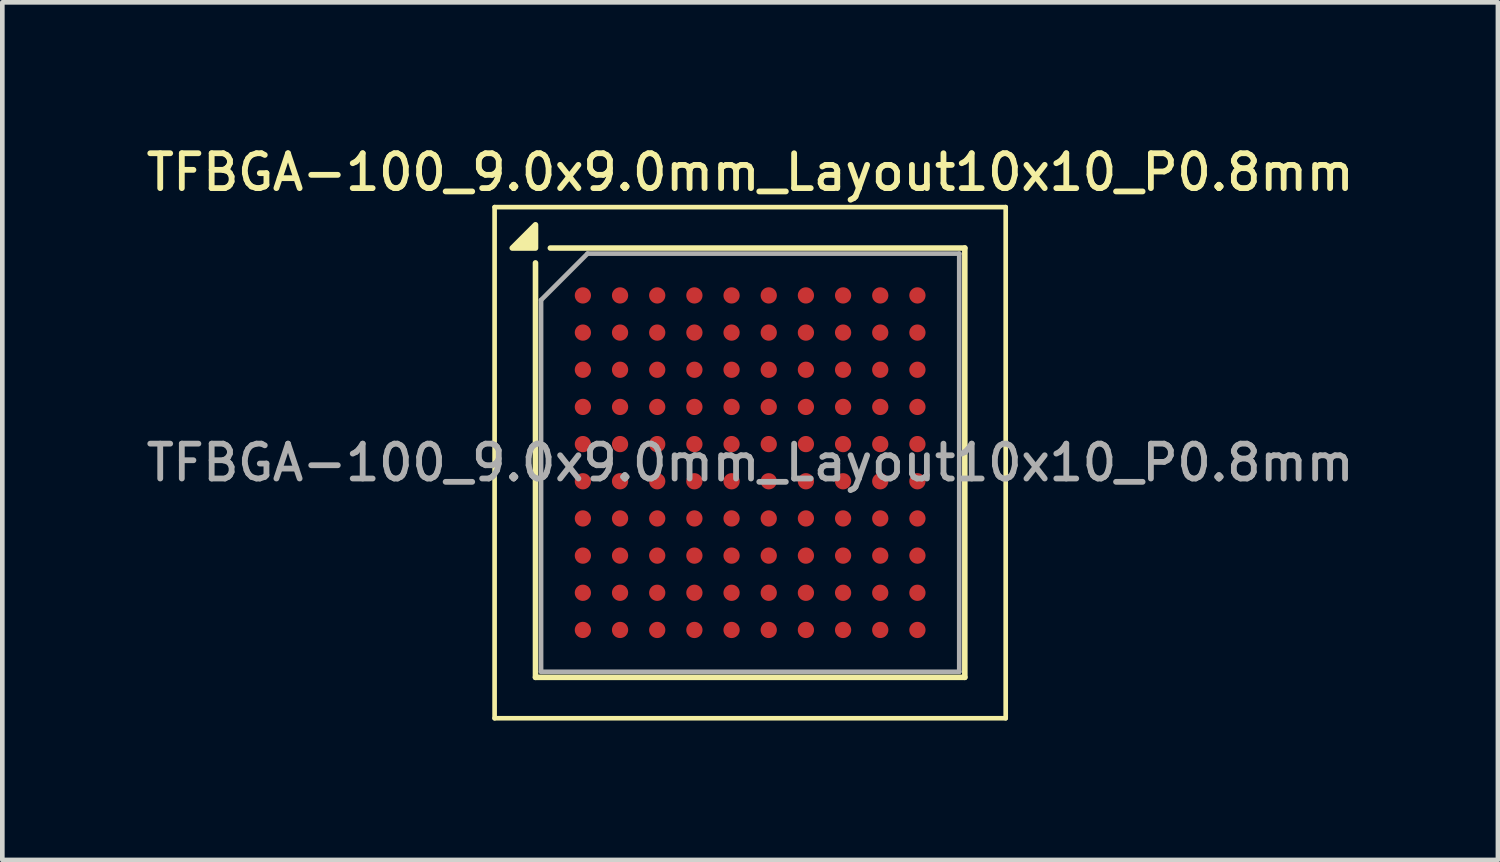
<source format=kicad_pcb>
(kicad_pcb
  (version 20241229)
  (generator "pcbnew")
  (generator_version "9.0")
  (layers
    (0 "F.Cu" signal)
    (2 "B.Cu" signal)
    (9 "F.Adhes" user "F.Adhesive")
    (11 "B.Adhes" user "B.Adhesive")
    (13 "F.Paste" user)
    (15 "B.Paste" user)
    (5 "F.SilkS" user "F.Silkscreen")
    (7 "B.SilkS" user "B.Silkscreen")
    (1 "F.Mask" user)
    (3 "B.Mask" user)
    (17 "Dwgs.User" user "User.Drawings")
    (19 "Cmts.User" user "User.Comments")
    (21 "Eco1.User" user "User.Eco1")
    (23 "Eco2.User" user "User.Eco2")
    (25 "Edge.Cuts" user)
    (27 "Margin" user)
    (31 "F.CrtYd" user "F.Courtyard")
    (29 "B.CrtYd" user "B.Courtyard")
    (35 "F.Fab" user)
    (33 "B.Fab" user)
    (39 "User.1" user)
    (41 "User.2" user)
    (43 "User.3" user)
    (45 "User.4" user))
  (footprint "TFBGA-100_9.0x9.0mm_Layout10x10_P0.8mm"
    (layer "F.Cu")
    (at 13.095 6.908)
    (property "Reference" "TFBGA-100_9.0x9.0mm_Layout10x10_P0.8mm" (at 0 -6.25 0) (layer "F.SilkS") (effects (font (size 0.75 0.75) (thickness 0.125))))
    (attr smd)
    (fp_line (start -5.5 -5.5) (end -5.5 5.5) (stroke (width 0.1) (type solid)) (layer "F.SilkS"))
    (fp_line (start -5.5 -5.5) (end 5.5 -5.5) (stroke (width 0.1) (type solid)) (layer "F.SilkS"))
    (fp_line (start -4.62 -4.3) (end -4.62 4.62) (stroke (width 0.12) (type solid)) (layer "F.SilkS"))
    (fp_line (start -4.62 4.62) (end 4.62 4.62) (stroke (width 0.12) (type solid)) (layer "F.SilkS"))
    (fp_line (start 4.62 -4.62) (end -4.3 -4.62) (stroke (width 0.12) (type solid)) (layer "F.SilkS"))
    (fp_line (start 4.62 4.62) (end 4.62 -4.62) (stroke (width 0.12) (type solid)) (layer "F.SilkS"))
    (fp_line (start 5.5 5.5) (end -5.5 5.5) (stroke (width 0.1) (type solid)) (layer "F.SilkS"))
    (fp_line (start 5.5 5.5) (end 5.5 -5.5) (stroke (width 0.1) (type solid)) (layer "F.SilkS"))
    (fp_poly (pts (xy -4.62 -4.62) (xy -5.12 -4.62) (xy -4.62 -5.12) (xy -4.62 -4.62)) (stroke (width 0.12) (type solid)) (fill yes) (layer "F.SilkS"))
    (fp_line (start -4.5 -3.5) (end -4.5 4.5) (stroke (width 0.1) (type solid)) (layer "F.Fab"))
    (fp_line (start -4.5 4.5) (end 4.5 4.5) (stroke (width 0.1) (type solid)) (layer "F.Fab"))
    (fp_line (start -3.5 -4.5) (end -4.5 -3.5) (stroke (width 0.1) (type solid)) (layer "F.Fab"))
    (fp_line (start 4.5 -4.5) (end -3.5 -4.5) (stroke (width 0.1) (type solid)) (layer "F.Fab"))
    (fp_line (start 4.5 4.5) (end 4.5 -4.5) (stroke (width 0.1) (type solid)) (layer "F.Fab"))
    (fp_text user "${REFERENCE}" (at 0 0 0) (layer "F.Fab") (effects (font (size 0.75 0.75) (thickness 0.125))))
    (pad "A1" smd circle (at -3.6 -3.6) (size 0.35 0.35) (property pad_prop_bga) (layers "F.Cu" "F.Mask" "F.Paste"))
    (pad "A2" smd circle (at -2.8 -3.6) (size 0.35 0.35) (property pad_prop_bga) (layers "F.Cu" "F.Mask" "F.Paste"))
    (pad "A3" smd circle (at -2 -3.6) (size 0.35 0.35) (property pad_prop_bga) (layers "F.Cu" "F.Mask" "F.Paste"))
    (pad "A4" smd circle (at -1.2 -3.6) (size 0.35 0.35) (property pad_prop_bga) (layers "F.Cu" "F.Mask" "F.Paste"))
    (pad "A5" smd circle (at -0.4 -3.6) (size 0.35 0.35) (property pad_prop_bga) (layers "F.Cu" "F.Mask" "F.Paste"))
    (pad "A6" smd circle (at 0.4 -3.6) (size 0.35 0.35) (property pad_prop_bga) (layers "F.Cu" "F.Mask" "F.Paste"))
    (pad "A7" smd circle (at 1.2 -3.6) (size 0.35 0.35) (property pad_prop_bga) (layers "F.Cu" "F.Mask" "F.Paste"))
    (pad "A8" smd circle (at 2 -3.6) (size 0.35 0.35) (property pad_prop_bga) (layers "F.Cu" "F.Mask" "F.Paste"))
    (pad "A9" smd circle (at 2.8 -3.6) (size 0.35 0.35) (property pad_prop_bga) (layers "F.Cu" "F.Mask" "F.Paste"))
    (pad "A10" smd circle (at 3.6 -3.6) (size 0.35 0.35) (property pad_prop_bga) (layers "F.Cu" "F.Mask" "F.Paste"))
    (pad "B1" smd circle (at -3.6 -2.8) (size 0.35 0.35) (property pad_prop_bga) (layers "F.Cu" "F.Mask" "F.Paste"))
    (pad "B2" smd circle (at -2.8 -2.8) (size 0.35 0.35) (property pad_prop_bga) (layers "F.Cu" "F.Mask" "F.Paste"))
    (pad "B3" smd circle (at -2 -2.8) (size 0.35 0.35) (property pad_prop_bga) (layers "F.Cu" "F.Mask" "F.Paste"))
    (pad "B4" smd circle (at -1.2 -2.8) (size 0.35 0.35) (property pad_prop_bga) (layers "F.Cu" "F.Mask" "F.Paste"))
    (pad "B5" smd circle (at -0.4 -2.8) (size 0.35 0.35) (property pad_prop_bga) (layers "F.Cu" "F.Mask" "F.Paste"))
    (pad "B6" smd circle (at 0.4 -2.8) (size 0.35 0.35) (property pad_prop_bga) (layers "F.Cu" "F.Mask" "F.Paste"))
    (pad "B7" smd circle (at 1.2 -2.8) (size 0.35 0.35) (property pad_prop_bga) (layers "F.Cu" "F.Mask" "F.Paste"))
    (pad "B8" smd circle (at 2 -2.8) (size 0.35 0.35) (property pad_prop_bga) (layers "F.Cu" "F.Mask" "F.Paste"))
    (pad "B9" smd circle (at 2.8 -2.8) (size 0.35 0.35) (property pad_prop_bga) (layers "F.Cu" "F.Mask" "F.Paste"))
    (pad "B10" smd circle (at 3.6 -2.8) (size 0.35 0.35) (property pad_prop_bga) (layers "F.Cu" "F.Mask" "F.Paste"))
    (pad "C1" smd circle (at -3.6 -2) (size 0.35 0.35) (property pad_prop_bga) (layers "F.Cu" "F.Mask" "F.Paste"))
    (pad "C2" smd circle (at -2.8 -2) (size 0.35 0.35) (property pad_prop_bga) (layers "F.Cu" "F.Mask" "F.Paste"))
    (pad "C3" smd circle (at -2 -2) (size 0.35 0.35) (property pad_prop_bga) (layers "F.Cu" "F.Mask" "F.Paste"))
    (pad "C4" smd circle (at -1.2 -2) (size 0.35 0.35) (property pad_prop_bga) (layers "F.Cu" "F.Mask" "F.Paste"))
    (pad "C5" smd circle (at -0.4 -2) (size 0.35 0.35) (property pad_prop_bga) (layers "F.Cu" "F.Mask" "F.Paste"))
    (pad "C6" smd circle (at 0.4 -2) (size 0.35 0.35) (property pad_prop_bga) (layers "F.Cu" "F.Mask" "F.Paste"))
    (pad "C7" smd circle (at 1.2 -2) (size 0.35 0.35) (property pad_prop_bga) (layers "F.Cu" "F.Mask" "F.Paste"))
    (pad "C8" smd circle (at 2 -2) (size 0.35 0.35) (property pad_prop_bga) (layers "F.Cu" "F.Mask" "F.Paste"))
    (pad "C9" smd circle (at 2.8 -2) (size 0.35 0.35) (property pad_prop_bga) (layers "F.Cu" "F.Mask" "F.Paste"))
    (pad "C10" smd circle (at 3.6 -2) (size 0.35 0.35) (property pad_prop_bga) (layers "F.Cu" "F.Mask" "F.Paste"))
    (pad "D1" smd circle (at -3.6 -1.2) (size 0.35 0.35) (property pad_prop_bga) (layers "F.Cu" "F.Mask" "F.Paste"))
    (pad "D2" smd circle (at -2.8 -1.2) (size 0.35 0.35) (property pad_prop_bga) (layers "F.Cu" "F.Mask" "F.Paste"))
    (pad "D3" smd circle (at -2 -1.2) (size 0.35 0.35) (property pad_prop_bga) (layers "F.Cu" "F.Mask" "F.Paste"))
    (pad "D4" smd circle (at -1.2 -1.2) (size 0.35 0.35) (property pad_prop_bga) (layers "F.Cu" "F.Mask" "F.Paste"))
    (pad "D5" smd circle (at -0.4 -1.2) (size 0.35 0.35) (property pad_prop_bga) (layers "F.Cu" "F.Mask" "F.Paste"))
    (pad "D6" smd circle (at 0.4 -1.2) (size 0.35 0.35) (property pad_prop_bga) (layers "F.Cu" "F.Mask" "F.Paste"))
    (pad "D7" smd circle (at 1.2 -1.2) (size 0.35 0.35) (property pad_prop_bga) (layers "F.Cu" "F.Mask" "F.Paste"))
    (pad "D8" smd circle (at 2 -1.2) (size 0.35 0.35) (property pad_prop_bga) (layers "F.Cu" "F.Mask" "F.Paste"))
    (pad "D9" smd circle (at 2.8 -1.2) (size 0.35 0.35) (property pad_prop_bga) (layers "F.Cu" "F.Mask" "F.Paste"))
    (pad "D10" smd circle (at 3.6 -1.2) (size 0.35 0.35) (property pad_prop_bga) (layers "F.Cu" "F.Mask" "F.Paste"))
    (pad "E1" smd circle (at -3.6 -0.4) (size 0.35 0.35) (property pad_prop_bga) (layers "F.Cu" "F.Mask" "F.Paste"))
    (pad "E2" smd circle (at -2.8 -0.4) (size 0.35 0.35) (property pad_prop_bga) (layers "F.Cu" "F.Mask" "F.Paste"))
    (pad "E3" smd circle (at -2 -0.4) (size 0.35 0.35) (property pad_prop_bga) (layers "F.Cu" "F.Mask" "F.Paste"))
    (pad "E4" smd circle (at -1.2 -0.4) (size 0.35 0.35) (property pad_prop_bga) (layers "F.Cu" "F.Mask" "F.Paste"))
    (pad "E5" smd circle (at -0.4 -0.4) (size 0.35 0.35) (property pad_prop_bga) (layers "F.Cu" "F.Mask" "F.Paste"))
    (pad "E6" smd circle (at 0.4 -0.4) (size 0.35 0.35) (property pad_prop_bga) (layers "F.Cu" "F.Mask" "F.Paste"))
    (pad "E7" smd circle (at 1.2 -0.4) (size 0.35 0.35) (property pad_prop_bga) (layers "F.Cu" "F.Mask" "F.Paste"))
    (pad "E8" smd circle (at 2 -0.4) (size 0.35 0.35) (property pad_prop_bga) (layers "F.Cu" "F.Mask" "F.Paste"))
    (pad "E9" smd circle (at 2.8 -0.4) (size 0.35 0.35) (property pad_prop_bga) (layers "F.Cu" "F.Mask" "F.Paste"))
    (pad "E10" smd circle (at 3.6 -0.4) (size 0.35 0.35) (property pad_prop_bga) (layers "F.Cu" "F.Mask" "F.Paste"))
    (pad "F1" smd circle (at -3.6 0.4) (size 0.35 0.35) (property pad_prop_bga) (layers "F.Cu" "F.Mask" "F.Paste"))
    (pad "F2" smd circle (at -2.8 0.4) (size 0.35 0.35) (property pad_prop_bga) (layers "F.Cu" "F.Mask" "F.Paste"))
    (pad "F3" smd circle (at -2 0.4) (size 0.35 0.35) (property pad_prop_bga) (layers "F.Cu" "F.Mask" "F.Paste"))
    (pad "F4" smd circle (at -1.2 0.4) (size 0.35 0.35) (property pad_prop_bga) (layers "F.Cu" "F.Mask" "F.Paste"))
    (pad "F5" smd circle (at -0.4 0.4) (size 0.35 0.35) (property pad_prop_bga) (layers "F.Cu" "F.Mask" "F.Paste"))
    (pad "F6" smd circle (at 0.4 0.4) (size 0.35 0.35) (property pad_prop_bga) (layers "F.Cu" "F.Mask" "F.Paste"))
    (pad "F7" smd circle (at 1.2 0.4) (size 0.35 0.35) (property pad_prop_bga) (layers "F.Cu" "F.Mask" "F.Paste"))
    (pad "F8" smd circle (at 2 0.4) (size 0.35 0.35) (property pad_prop_bga) (layers "F.Cu" "F.Mask" "F.Paste"))
    (pad "F9" smd circle (at 2.8 0.4) (size 0.35 0.35) (property pad_prop_bga) (layers "F.Cu" "F.Mask" "F.Paste"))
    (pad "F10" smd circle (at 3.6 0.4) (size 0.35 0.35) (property pad_prop_bga) (layers "F.Cu" "F.Mask" "F.Paste"))
    (pad "G1" smd circle (at -3.6 1.2) (size 0.35 0.35) (property pad_prop_bga) (layers "F.Cu" "F.Mask" "F.Paste"))
    (pad "G2" smd circle (at -2.8 1.2) (size 0.35 0.35) (property pad_prop_bga) (layers "F.Cu" "F.Mask" "F.Paste"))
    (pad "G3" smd circle (at -2 1.2) (size 0.35 0.35) (property pad_prop_bga) (layers "F.Cu" "F.Mask" "F.Paste"))
    (pad "G4" smd circle (at -1.2 1.2) (size 0.35 0.35) (property pad_prop_bga) (layers "F.Cu" "F.Mask" "F.Paste"))
    (pad "G5" smd circle (at -0.4 1.2) (size 0.35 0.35) (property pad_prop_bga) (layers "F.Cu" "F.Mask" "F.Paste"))
    (pad "G6" smd circle (at 0.4 1.2) (size 0.35 0.35) (property pad_prop_bga) (layers "F.Cu" "F.Mask" "F.Paste"))
    (pad "G7" smd circle (at 1.2 1.2) (size 0.35 0.35) (property pad_prop_bga) (layers "F.Cu" "F.Mask" "F.Paste"))
    (pad "G8" smd circle (at 2 1.2) (size 0.35 0.35) (property pad_prop_bga) (layers "F.Cu" "F.Mask" "F.Paste"))
    (pad "G9" smd circle (at 2.8 1.2) (size 0.35 0.35) (property pad_prop_bga) (layers "F.Cu" "F.Mask" "F.Paste"))
    (pad "G10" smd circle (at 3.6 1.2) (size 0.35 0.35) (property pad_prop_bga) (layers "F.Cu" "F.Mask" "F.Paste"))
    (pad "H1" smd circle (at -3.6 2) (size 0.35 0.35) (property pad_prop_bga) (layers "F.Cu" "F.Mask" "F.Paste"))
    (pad "H2" smd circle (at -2.8 2) (size 0.35 0.35) (property pad_prop_bga) (layers "F.Cu" "F.Mask" "F.Paste"))
    (pad "H3" smd circle (at -2 2) (size 0.35 0.35) (property pad_prop_bga) (layers "F.Cu" "F.Mask" "F.Paste"))
    (pad "H4" smd circle (at -1.2 2) (size 0.35 0.35) (property pad_prop_bga) (layers "F.Cu" "F.Mask" "F.Paste"))
    (pad "H5" smd circle (at -0.4 2) (size 0.35 0.35) (property pad_prop_bga) (layers "F.Cu" "F.Mask" "F.Paste"))
    (pad "H6" smd circle (at 0.4 2) (size 0.35 0.35) (property pad_prop_bga) (layers "F.Cu" "F.Mask" "F.Paste"))
    (pad "H7" smd circle (at 1.2 2) (size 0.35 0.35) (property pad_prop_bga) (layers "F.Cu" "F.Mask" "F.Paste"))
    (pad "H8" smd circle (at 2 2) (size 0.35 0.35) (property pad_prop_bga) (layers "F.Cu" "F.Mask" "F.Paste"))
    (pad "H9" smd circle (at 2.8 2) (size 0.35 0.35) (property pad_prop_bga) (layers "F.Cu" "F.Mask" "F.Paste"))
    (pad "H10" smd circle (at 3.6 2) (size 0.35 0.35) (property pad_prop_bga) (layers "F.Cu" "F.Mask" "F.Paste"))
    (pad "J1" smd circle (at -3.6 2.8) (size 0.35 0.35) (property pad_prop_bga) (layers "F.Cu" "F.Mask" "F.Paste"))
    (pad "J2" smd circle (at -2.8 2.8) (size 0.35 0.35) (property pad_prop_bga) (layers "F.Cu" "F.Mask" "F.Paste"))
    (pad "J3" smd circle (at -2 2.8) (size 0.35 0.35) (property pad_prop_bga) (layers "F.Cu" "F.Mask" "F.Paste"))
    (pad "J4" smd circle (at -1.2 2.8) (size 0.35 0.35) (property pad_prop_bga) (layers "F.Cu" "F.Mask" "F.Paste"))
    (pad "J5" smd circle (at -0.4 2.8) (size 0.35 0.35) (property pad_prop_bga) (layers "F.Cu" "F.Mask" "F.Paste"))
    (pad "J6" smd circle (at 0.4 2.8) (size 0.35 0.35) (property pad_prop_bga) (layers "F.Cu" "F.Mask" "F.Paste"))
    (pad "J7" smd circle (at 1.2 2.8) (size 0.35 0.35) (property pad_prop_bga) (layers "F.Cu" "F.Mask" "F.Paste"))
    (pad "J8" smd circle (at 2 2.8) (size 0.35 0.35) (property pad_prop_bga) (layers "F.Cu" "F.Mask" "F.Paste"))
    (pad "J9" smd circle (at 2.8 2.8) (size 0.35 0.35) (property pad_prop_bga) (layers "F.Cu" "F.Mask" "F.Paste"))
    (pad "J10" smd circle (at 3.6 2.8) (size 0.35 0.35) (property pad_prop_bga) (layers "F.Cu" "F.Mask" "F.Paste"))
    (pad "K1" smd circle (at -3.6 3.6) (size 0.35 0.35) (property pad_prop_bga) (layers "F.Cu" "F.Mask" "F.Paste"))
    (pad "K2" smd circle (at -2.8 3.6) (size 0.35 0.35) (property pad_prop_bga) (layers "F.Cu" "F.Mask" "F.Paste"))
    (pad "K3" smd circle (at -2 3.6) (size 0.35 0.35) (property pad_prop_bga) (layers "F.Cu" "F.Mask" "F.Paste"))
    (pad "K4" smd circle (at -1.2 3.6) (size 0.35 0.35) (property pad_prop_bga) (layers "F.Cu" "F.Mask" "F.Paste"))
    (pad "K5" smd circle (at -0.4 3.6) (size 0.35 0.35) (property pad_prop_bga) (layers "F.Cu" "F.Mask" "F.Paste"))
    (pad "K6" smd circle (at 0.4 3.6) (size 0.35 0.35) (property pad_prop_bga) (layers "F.Cu" "F.Mask" "F.Paste"))
    (pad "K7" smd circle (at 1.2 3.6) (size 0.35 0.35) (property pad_prop_bga) (layers "F.Cu" "F.Mask" "F.Paste"))
    (pad "K8" smd circle (at 2 3.6) (size 0.35 0.35) (property pad_prop_bga) (layers "F.Cu" "F.Mask" "F.Paste"))
    (pad "K9" smd circle (at 2.8 3.6) (size 0.35 0.35) (property pad_prop_bga) (layers "F.Cu" "F.Mask" "F.Paste"))
    (pad "K10" smd circle (at 3.6 3.6) (size 0.35 0.35) (property pad_prop_bga) (layers "F.Cu" "F.Mask" "F.Paste")))
  (gr_rect
    (start -3 -3)
    (end 29.189 15.458)
    (stroke (width 0.1) (type default))
    (fill no)
    (layer "Edge.Cuts")))
</source>
